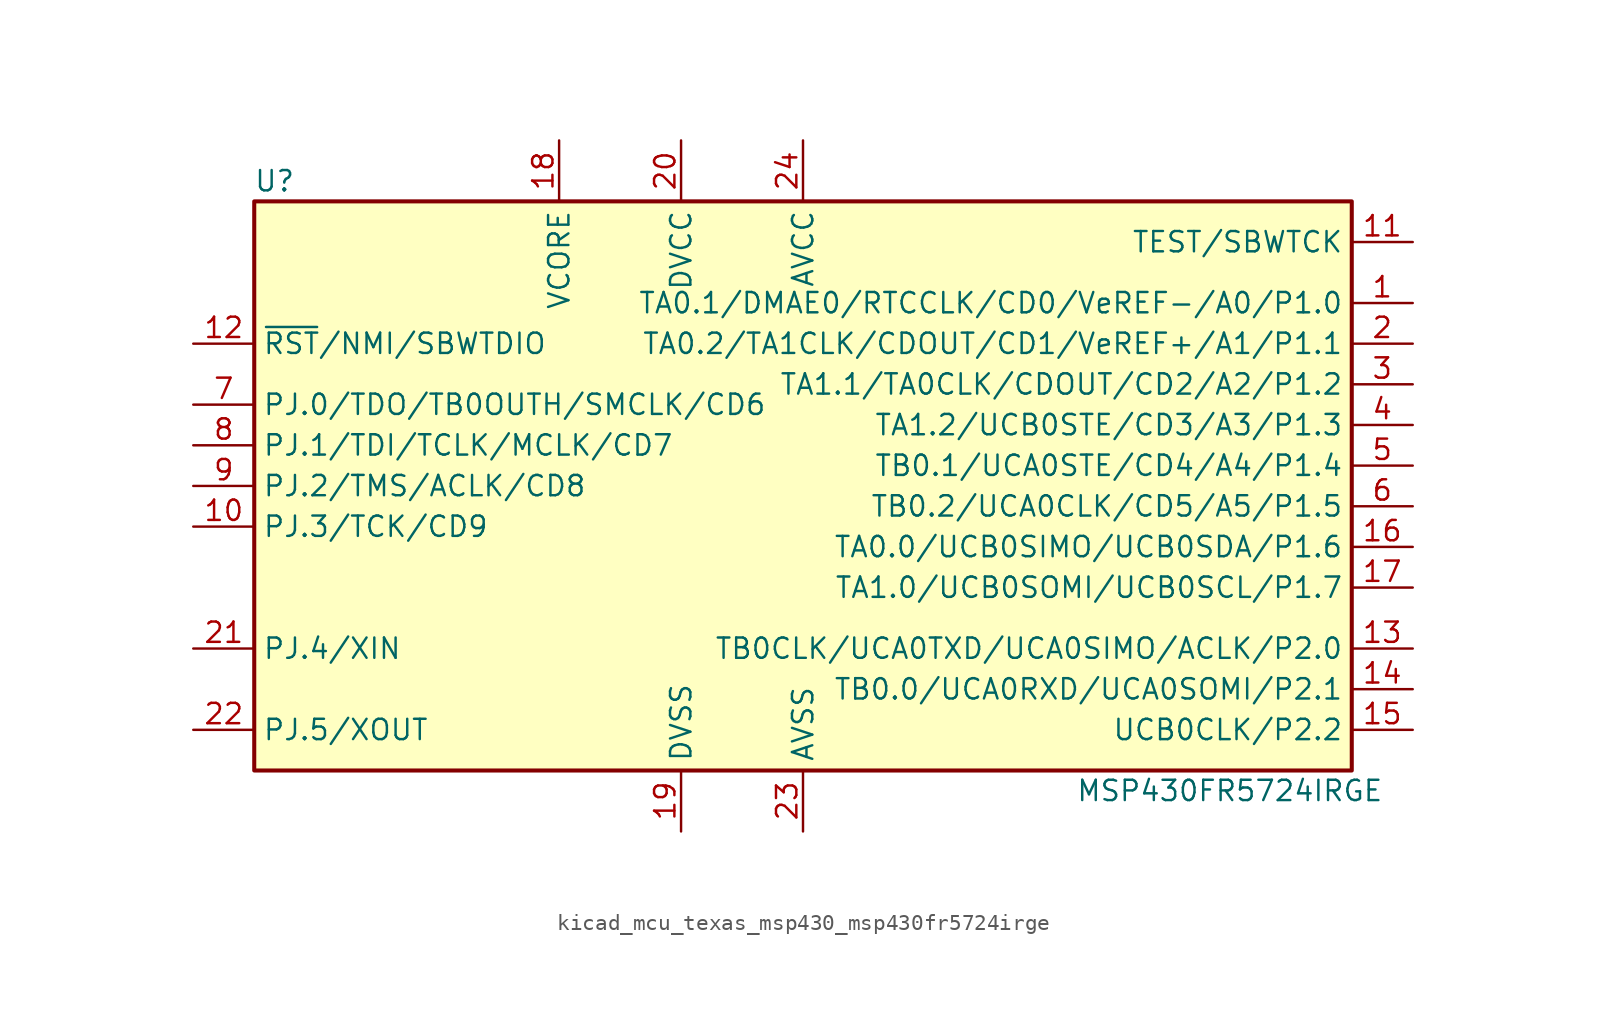
<source format=kicad_sym>
(kicad_symbol_lib
  (version 20220914)
  (generator kicad_symbol_editor)
  (symbol "kicad_mcu_texas_msp430_msp430fr5724irge"
    (property "Reference" "U"
      (at -33.02 19.05 0)
      (effects (font (size 1.27 1.27))))
    (property "Value" "MSP430FR5724IRGE"
      (at 26.67 -19.05 0)
      (effects (font (size 1.27 1.27))))
    (symbol "kicad_mcu_texas_msp430_msp430fr5724irge_0_1"
      (rectangle (start -34.29 17.78) (end 34.29 -17.78) (stroke (width 0.254) (type default)) (fill (type background))))
    (symbol "kicad_mcu_texas_msp430_msp430fr5724irge_1_1"
      (pin bidirectional line (at 38.1 11.43 180) (length 3.81) (name "TA0.1/DMAE0/RTCCLK/CD0/VeREF-/A0/P1.0" (effects (font (size 1.27 1.27)))) (number "1" (effects (font (size 1.27 1.27)))))
      (pin bidirectional line (at -38.1 -2.54 0) (length 3.81) (name "PJ.3/TCK/CD9" (effects (font (size 1.27 1.27)))) (number "10" (effects (font (size 1.27 1.27)))))
      (pin input line (at 38.1 15.24 180) (length 3.81) (name "TEST/SBWTCK" (effects (font (size 1.27 1.27)))) (number "11" (effects (font (size 1.27 1.27)))))
      (pin input line (at -38.1 8.89 0) (length 3.81) (name "~{RST}/NMI/SBWTDIO" (effects (font (size 1.27 1.27)))) (number "12" (effects (font (size 1.27 1.27)))))
      (pin input line (at 38.1 -10.16 180) (length 3.81) (name "TB0CLK/UCA0TXD/UCA0SIMO/ACLK/P2.0" (effects (font (size 1.27 1.27)))) (number "13" (effects (font (size 1.27 1.27)))))
      (pin input line (at 38.1 -12.7 180) (length 3.81) (name "TB0.0/UCA0RXD/UCA0SOMI/P2.1" (effects (font (size 1.27 1.27)))) (number "14" (effects (font (size 1.27 1.27)))))
      (pin input line (at 38.1 -15.24 180) (length 3.81) (name "UCB0CLK/P2.2" (effects (font (size 1.27 1.27)))) (number "15" (effects (font (size 1.27 1.27)))))
      (pin input line (at 38.1 -3.81 180) (length 3.81) (name "TA0.0/UCB0SIMO/UCB0SDA/P1.6" (effects (font (size 1.27 1.27)))) (number "16" (effects (font (size 1.27 1.27)))))
      (pin input line (at 38.1 -6.35 180) (length 3.81) (name "TA1.0/UCB0SOMI/UCB0SCL/P1.7" (effects (font (size 1.27 1.27)))) (number "17" (effects (font (size 1.27 1.27)))))
      (pin input line (at -15.24 21.59 270) (length 3.81) (name "VCORE" (effects (font (size 1.27 1.27)))) (number "18" (effects (font (size 1.27 1.27)))))
      (pin power_in line (at -7.62 -21.59 90) (length 3.81) (name "DVSS" (effects (font (size 1.27 1.27)))) (number "19" (effects (font (size 1.27 1.27)))))
      (pin bidirectional line (at 38.1 8.89 180) (length 3.81) (name "TA0.2/TA1CLK/CDOUT/CD1/VeREF+/A1/P1.1" (effects (font (size 1.27 1.27)))) (number "2" (effects (font (size 1.27 1.27)))))
      (pin power_in line (at -7.62 21.59 270) (length 3.81) (name "DVCC" (effects (font (size 1.27 1.27)))) (number "20" (effects (font (size 1.27 1.27)))))
      (pin input line (at -38.1 -10.16 0) (length 3.81) (name "PJ.4/XIN" (effects (font (size 1.27 1.27)))) (number "21" (effects (font (size 1.27 1.27)))))
      (pin input line (at -38.1 -15.24 0) (length 3.81) (name "PJ.5/XOUT" (effects (font (size 1.27 1.27)))) (number "22" (effects (font (size 1.27 1.27)))))
      (pin power_in line (at 0 -21.59 90) (length 3.81) (name "AVSS" (effects (font (size 1.27 1.27)))) (number "23" (effects (font (size 1.27 1.27)))))
      (pin power_in line (at 0 21.59 270) (length 3.81) (name "AVCC" (effects (font (size 1.27 1.27)))) (number "24" (effects (font (size 1.27 1.27)))))
      (pin bidirectional line (at 38.1 6.35 180) (length 3.81) (name "TA1.1/TA0CLK/CDOUT/CD2/A2/P1.2" (effects (font (size 1.27 1.27)))) (number "3" (effects (font (size 1.27 1.27)))))
      (pin bidirectional line (at 38.1 3.81 180) (length 3.81) (name "TA1.2/UCB0STE/CD3/A3/P1.3" (effects (font (size 1.27 1.27)))) (number "4" (effects (font (size 1.27 1.27)))))
      (pin bidirectional line (at 38.1 1.27 180) (length 3.81) (name "TB0.1/UCA0STE/CD4/A4/P1.4" (effects (font (size 1.27 1.27)))) (number "5" (effects (font (size 1.27 1.27)))))
      (pin bidirectional line (at 38.1 -1.27 180) (length 3.81) (name "TB0.2/UCA0CLK/CD5/A5/P1.5" (effects (font (size 1.27 1.27)))) (number "6" (effects (font (size 1.27 1.27)))))
      (pin bidirectional line (at -38.1 5.08 0) (length 3.81) (name "PJ.0/TDO/TB0OUTH/SMCLK/CD6" (effects (font (size 1.27 1.27)))) (number "7" (effects (font (size 1.27 1.27)))))
      (pin bidirectional line (at -38.1 2.54 0) (length 3.81) (name "PJ.1/TDI/TCLK/MCLK/CD7" (effects (font (size 1.27 1.27)))) (number "8" (effects (font (size 1.27 1.27)))))
      (pin bidirectional line (at -38.1 0 0) (length 3.81) (name "PJ.2/TMS/ACLK/CD8" (effects (font (size 1.27 1.27)))) (number "9" (effects (font (size 1.27 1.27))))))))
</source>
